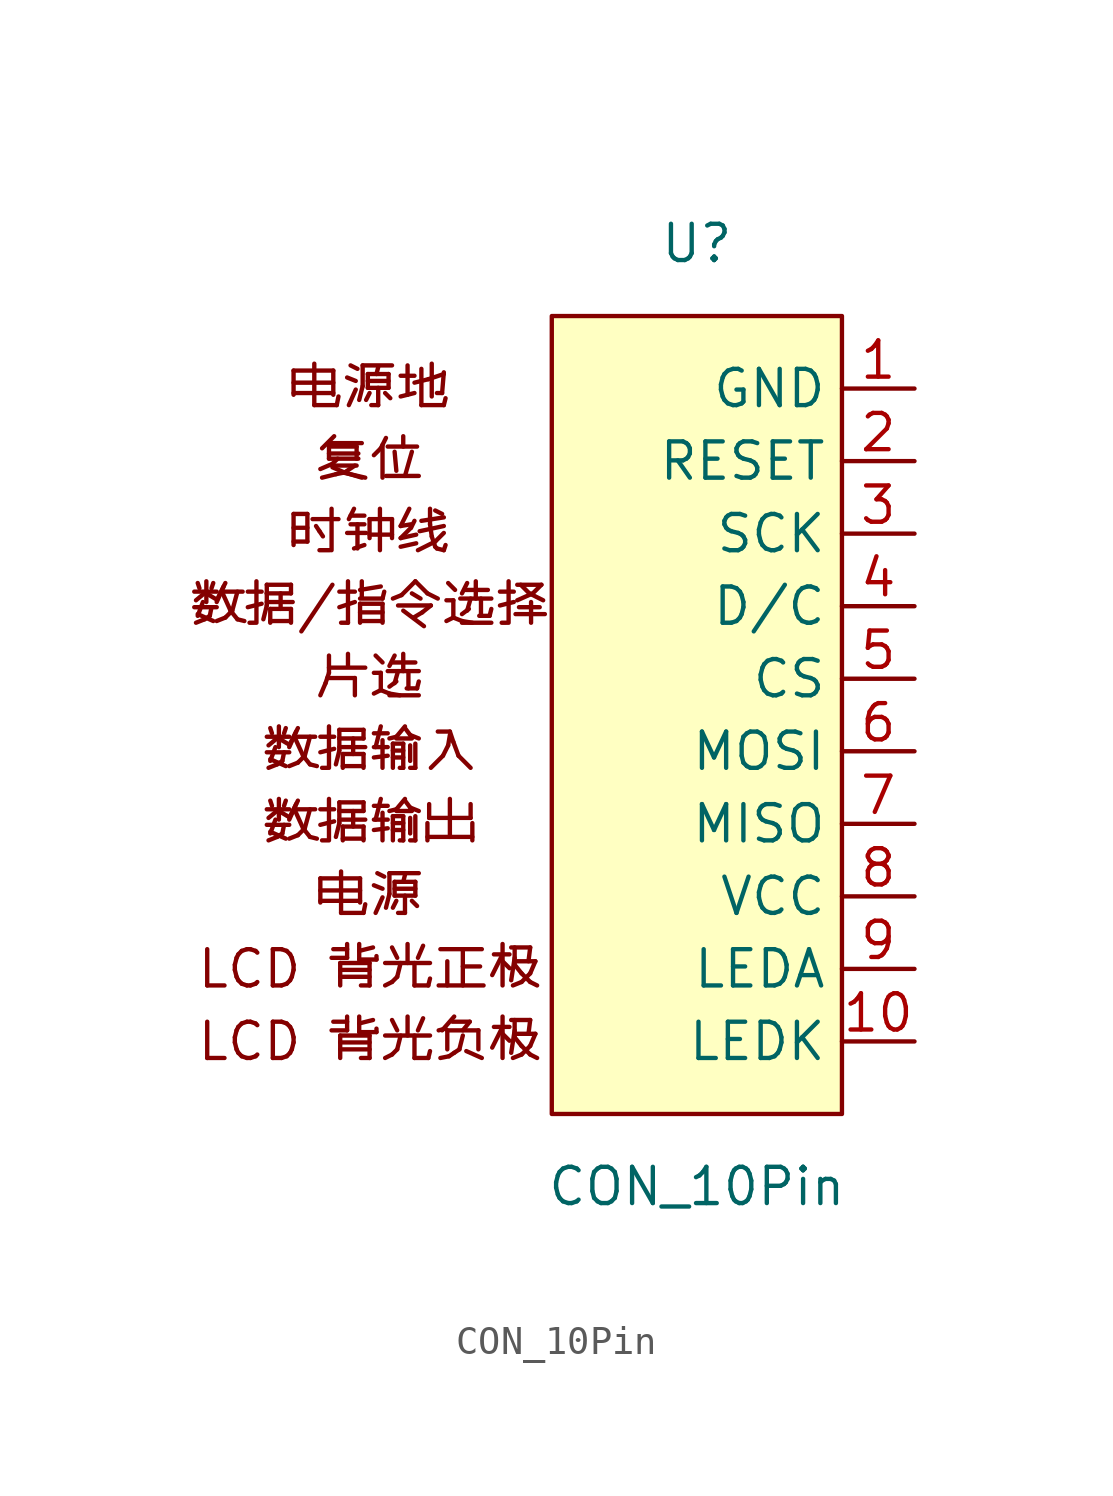
<source format=kicad_sym>
(kicad_symbol_lib
  (version 20211014)
  (generator kicad_symbol_editor)
  (symbol "CON_10Pin"
    (property "Reference" "U"
      (at -1.27 0 0)
      (effects (font (size 1.27 1.27))))
    (property "Value" "CON_10Pin"
      (at -1.27 -33.02 0)
      (effects (font (size 1.27 1.27))))
    (symbol "CON_10Pin_0_0"
      (text "LCD 背光正极" (at -12.7 -25.4 0) (effects (font (size 1.27 1.27))))
      (text "LCD 背光负极" (at -12.7 -27.94 0) (effects (font (size 1.27 1.27))))
      (text "复位" (at -12.7 -7.62 0) (effects (font (size 1.27 1.27))))
      (text "数据/指令选择" (at -12.7 -12.7 0) (effects (font (size 1.27 1.27))))
      (text "数据输入" (at -12.7 -17.78 0) (effects (font (size 1.27 1.27))))
      (text "数据输出" (at -12.7 -20.32 0) (effects (font (size 1.27 1.27))))
      (text "时钟线" (at -12.7 -10.16 0) (effects (font (size 1.27 1.27))))
      (text "片选" (at -12.7 -15.24 0) (effects (font (size 1.27 1.27))))
      (text "电源" (at -12.7 -22.86 0) (effects (font (size 1.27 1.27))))
      (text "电源地" (at -12.7 -5.08 0) (effects (font (size 1.27 1.27)))))
    (symbol "CON_10Pin_0_1"
      (rectangle (start -6.35 -2.54) (end 3.81 -30.48) (stroke (width 0) (type default) (color 0 0 0 0)) (fill (type background))))
    (symbol "CON_10Pin_1_1"
      (pin power_in line (at 6.35 -5.08 180) (length 2.54) (name "GND" (effects (font (size 1.27 1.27)))) (number "1" (effects (font (size 1.27 1.27)))))
      (pin bidirectional line (at 6.35 -27.94 180) (length 2.54) (name "LEDK" (effects (font (size 1.27 1.27)))) (number "10" (effects (font (size 1.27 1.27)))))
      (pin bidirectional line (at 6.35 -7.62 180) (length 2.54) (name "RESET" (effects (font (size 1.27 1.27)))) (number "2" (effects (font (size 1.27 1.27)))))
      (pin bidirectional line (at 6.35 -10.16 180) (length 2.54) (name "SCK" (effects (font (size 1.27 1.27)))) (number "3" (effects (font (size 1.27 1.27)))))
      (pin bidirectional line (at 6.35 -12.7 180) (length 2.54) (name "D/C" (effects (font (size 1.27 1.27)))) (number "4" (effects (font (size 1.27 1.27)))))
      (pin bidirectional line (at 6.35 -15.24 180) (length 2.54) (name "CS" (effects (font (size 1.27 1.27)))) (number "5" (effects (font (size 1.27 1.27)))))
      (pin bidirectional line (at 6.35 -17.78 180) (length 2.54) (name "MOSI" (effects (font (size 1.27 1.27)))) (number "6" (effects (font (size 1.27 1.27)))))
      (pin bidirectional line (at 6.35 -20.32 180) (length 2.54) (name "MISO" (effects (font (size 1.27 1.27)))) (number "7" (effects (font (size 1.27 1.27)))))
      (pin power_in line (at 6.35 -22.86 180) (length 2.54) (name "VCC" (effects (font (size 1.27 1.27)))) (number "8" (effects (font (size 1.27 1.27)))))
      (pin power_in line (at 6.35 -25.4 180) (length 2.54) (name "LEDA" (effects (font (size 1.27 1.27)))) (number "9" (effects (font (size 1.27 1.27))))))))
</source>
